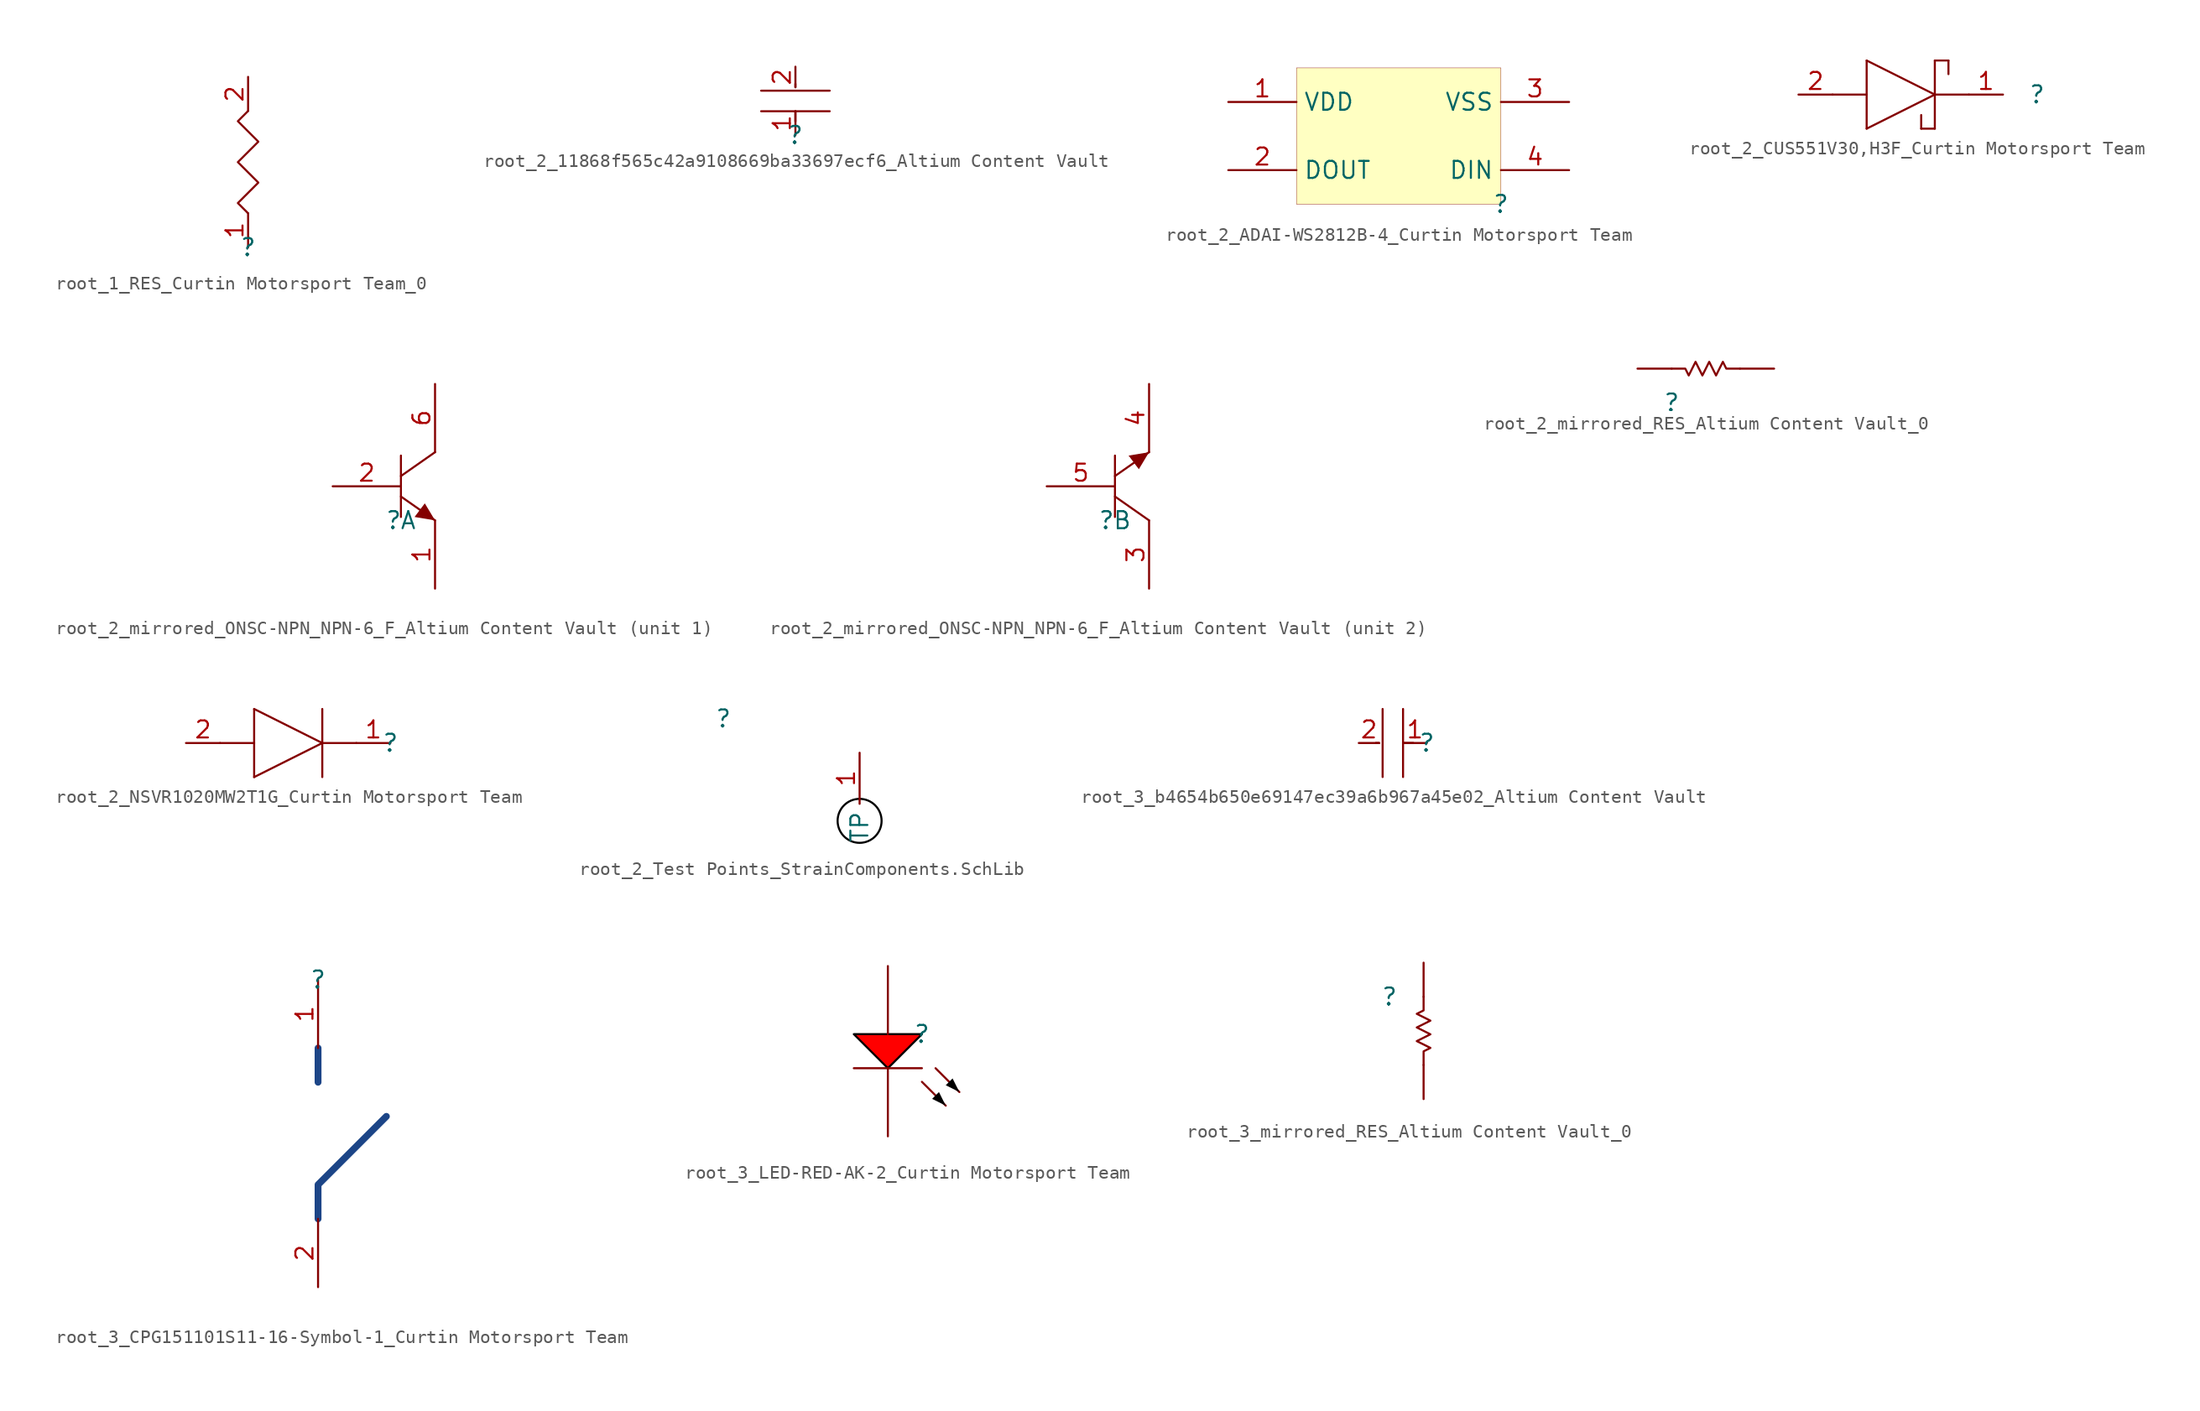
<source format=kicad_sym>
(kicad_symbol_lib
  (version 20241209)
  (generator "kicad_symbol_editor")
  (generator_version "9.0")
  (symbol "root_1_RES_Curtin Motorsport Team_0"
    (pin_names
      (hide yes))
    (property "Reference" ""
      (at 0 0 0)
      (effects (font (size 1.27 1.27))))
    (property "Value" ""
      (at 0 0 0)
      (effects (font (size 1.27 1.27))))
    (symbol "root_1_RES_Curtin Motorsport Team_0_1_0"
      (polyline (pts (xy 0 10.16) (xy -0.762 9.398) (xy 0 8.636) (xy 0.762 7.874) (xy -0.762 6.35) (xy 0.762 4.826) (xy -0.762 3.302) (xy 0 2.54)) (stroke (width 0) (type solid)) (fill (type none)))
      (pin passive line (at 0 12.7 270) (length 2.54) (name "2" (effects (font (size 1.27 1.27)))) (number "2" (effects (font (size 1.27 1.27)))))
      (pin passive line (at 0 0 90) (length 2.54) (name "1" (effects (font (size 1.27 1.27)))) (number "1" (effects (font (size 1.27 1.27)))))))
  (symbol "root_2_11868f565c42a9108669ba33697ecf6_Altium Content Vault"
    (pin_names
      (hide yes))
    (property "Reference" ""
      (at 0 0 0)
      (effects (font (size 1.27 1.27))))
    (property "Value" ""
      (at 0 0 0)
      (effects (font (size 1.27 1.27))))
    (symbol "root_2_11868f565c42a9108669ba33697ecf6_Altium Content Vault_1_0"
      (polyline (pts (xy -2.54 3.302) (xy 2.54 3.302)) (stroke (width 0) (type solid)) (fill (type none)))
      (polyline (pts (xy -2.54 1.778) (xy 2.54 1.778)) (stroke (width 0) (type solid)) (fill (type none)))
      (polyline (pts (xy 0 3.556) (xy 0 3.81)) (stroke (width 0) (type solid)) (fill (type none)))
      (polyline (pts (xy 0 1.778) (xy 0 1.016)) (stroke (width 0) (type solid)) (fill (type none)))
      (pin passive line (at 0 5.08 270) (length 1.524) (name "2" (effects (font (size 1.27 1.27)))) (number "2" (effects (font (size 1.27 1.27)))))
      (pin passive line (at 0 0 90) (length 1.778) (name "1" (effects (font (size 1.27 1.27)))) (number "1" (effects (font (size 1.27 1.27)))))))
  (symbol "root_2_ADAI-WS2812B-4_Curtin Motorsport Team"
    (property "Reference" ""
      (at 0 0 0)
      (effects (font (size 1.27 1.27))))
    (property "Value" ""
      (at 0 0 0)
      (effects (font (size 1.27 1.27))))
    (symbol "root_2_ADAI-WS2812B-4_Curtin Motorsport Team_1_0"
      (rectangle (start 0 10.16) (end -15.24 0) (stroke (width 0.025) (type solid) (color 128 0 0 1)) (fill (type background)))
      (pin power_in line (at -20.32 7.62 0) (length 5.08) (name "VDD" (effects (font (size 1.27 1.27)))) (number "1" (effects (font (size 1.27 1.27)))))
      (pin output line (at -20.32 2.54 0) (length 5.08) (name "DOUT" (effects (font (size 1.27 1.27)))) (number "2" (effects (font (size 1.27 1.27)))))
      (pin power_in line (at 5.08 7.62 180) (length 5.08) (name "VSS" (effects (font (size 1.27 1.27)))) (number "3" (effects (font (size 1.27 1.27)))))
      (pin input line (at 5.08 2.54 180) (length 5.08) (name "DIN" (effects (font (size 1.27 1.27)))) (number "4" (effects (font (size 1.27 1.27)))))))
  (symbol "root_2_CUS551V30,H3F_Curtin Motorsport Team"
    (pin_names
      (hide yes))
    (property "Reference" ""
      (at 0 0 0)
      (effects (font (size 1.27 1.27))))
    (property "Value" ""
      (at 0 0 0)
      (effects (font (size 1.27 1.27))))
    (symbol "root_2_CUS551V30,H3F_Curtin Motorsport Team_1_0"
      (polyline (pts (xy -12.7 2.54) (xy -7.62 0)) (stroke (width 0) (type solid)) (fill (type none)))
      (polyline (pts (xy -12.7 0) (xy -15.24 0)) (stroke (width 0) (type solid)) (fill (type none)))
      (polyline (pts (xy -12.7 -2.54) (xy -12.7 2.54)) (stroke (width 0) (type solid)) (fill (type none)))
      (polyline (pts (xy -8.636 -1.524) (xy -8.636 -2.54)) (stroke (width 0) (type solid)) (fill (type none)))
      (polyline (pts (xy -7.62 2.54) (xy -6.604 2.54)) (stroke (width 0) (type solid)) (fill (type none)))
      (polyline (pts (xy -7.62 0) (xy -12.7 -2.54)) (stroke (width 0) (type solid)) (fill (type none)))
      (polyline (pts (xy -7.62 -2.54) (xy -8.636 -2.54)) (stroke (width 0) (type solid)) (fill (type none)))
      (polyline (pts (xy -7.62 -2.54) (xy -7.62 2.54)) (stroke (width 0) (type solid)) (fill (type none)))
      (polyline (pts (xy -6.604 1.524) (xy -6.604 2.54)) (stroke (width 0) (type solid)) (fill (type none)))
      (polyline (pts (xy -5.08 0) (xy -7.62 0)) (stroke (width 0) (type solid)) (fill (type none)))
      (pin passive line (at -17.78 0 0) (length 2.54) (name "A" (effects (font (size 1.27 1.27)))) (number "2" (effects (font (size 1.27 1.27)))))
      (pin passive line (at -2.54 0 180) (length 2.54) (name "K" (effects (font (size 1.27 1.27)))) (number "1" (effects (font (size 1.27 1.27)))))))
  (symbol "root_2_mirrored_ONSC-NPN_NPN-6_F_Altium Content Vault"
    (pin_names
      (hide yes))
    (property "Reference" ""
      (at 0 0 0)
      (effects (font (size 1.27 1.27))))
    (property "Value" ""
      (at 0 0 0)
      (effects (font (size 1.27 1.27))))
    (symbol "root_2_mirrored_ONSC-NPN_NPN-6_F_Altium Content Vault_1_0"
      (polyline (pts (xy 0 4.826) (xy 0 0.254)) (stroke (width 0) (type solid)) (fill (type none)))
      (polyline (pts (xy 0 1.778) (xy 2.54 0)) (stroke (width 0) (type solid)) (fill (type none)))
      (polyline (pts (xy 2.54 5.08) (xy 0 3.302)) (stroke (width 0) (type solid)) (fill (type none)))
      (polyline (pts (xy 2.54 0) (xy 1.778 1.27) (xy 1.016 0.254) (xy 2.54 0)) (stroke (width -0.0001) (type solid)) (fill (type outline)))
      (pin passive line (at -5.08 2.54 0) (length 5.08) (name "B" (effects (font (size 1.27 1.27)))) (number "2" (effects (font (size 1.27 1.27)))))
      (pin passive line (at 2.54 10.16 270) (length 5.08) (name "C" (effects (font (size 1.27 1.27)))) (number "6" (effects (font (size 1.27 1.27)))))
      (pin passive line (at 2.54 -5.08 90) (length 5.08) (name "E" (effects (font (size 1.27 1.27)))) (number "1" (effects (font (size 1.27 1.27))))))
    (symbol "root_2_mirrored_ONSC-NPN_NPN-6_F_Altium Content Vault_2_0"
      (polyline (pts (xy 0 3.302) (xy 2.54 5.08)) (stroke (width 0) (type solid)) (fill (type none)))
      (polyline (pts (xy 0 0.254) (xy 0 4.826)) (stroke (width 0) (type solid)) (fill (type none)))
      (polyline (pts (xy 2.54 5.08) (xy 1.778 3.81) (xy 1.016 4.826) (xy 2.54 5.08)) (stroke (width -0.0001) (type solid)) (fill (type outline)))
      (polyline (pts (xy 2.54 0) (xy 0 1.778)) (stroke (width 0) (type solid)) (fill (type none)))
      (pin passive line (at -5.08 2.54 0) (length 5.08) (name "B" (effects (font (size 1.27 1.27)))) (number "5" (effects (font (size 1.27 1.27)))))
      (pin passive line (at 2.54 10.16 270) (length 5.08) (name "E" (effects (font (size 1.27 1.27)))) (number "4" (effects (font (size 1.27 1.27)))))
      (pin passive line (at 2.54 -5.08 90) (length 5.08) (name "C" (effects (font (size 1.27 1.27)))) (number "3" (effects (font (size 1.27 1.27)))))))
  (symbol "root_2_mirrored_RES_Altium Content Vault_0"
    (pin_numbers
      (hide yes))
    (pin_names
      (hide yes))
    (property "Reference" ""
      (at 0 0 0)
      (effects (font (size 1.27 1.27))))
    (property "Value" ""
      (at 0 0 0)
      (effects (font (size 1.27 1.27))))
    (symbol "root_2_mirrored_RES_Altium Content Vault_0_1_0"
      (polyline (pts (xy 5.08 2.54) (xy 4.064 2.54) (xy 3.81 3.048) (xy 3.302 2.032) (xy 2.794 3.048) (xy 2.286 2.032) (xy 1.778 3.048) (xy 1.27 2.032) (xy 1.016 2.54) (xy 0 2.54)) (stroke (width 0) (type solid)) (fill (type none)))
      (pin passive line (at -2.54 2.54 0) (length 2.54) (name "1" (effects (font (size 1.27 1.27)))) (number "1" (effects (font (size 1.27 1.27)))))
      (pin passive line (at 7.62 2.54 180) (length 2.54) (name "2" (effects (font (size 1.27 1.27)))) (number "2" (effects (font (size 1.27 1.27)))))))
  (symbol "root_2_NSVR1020MW2T1G_Curtin Motorsport Team"
    (pin_names
      (hide yes))
    (property "Reference" ""
      (at 0 0 0)
      (effects (font (size 1.27 1.27))))
    (property "Value" ""
      (at 0 0 0)
      (effects (font (size 1.27 1.27))))
    (symbol "root_2_NSVR1020MW2T1G_Curtin Motorsport Team_1_0"
      (polyline (pts (xy -10.16 2.54) (xy -5.08 0)) (stroke (width 0) (type solid)) (fill (type none)))
      (polyline (pts (xy -10.16 0) (xy -12.7 0)) (stroke (width 0) (type solid)) (fill (type none)))
      (polyline (pts (xy -10.16 -2.54) (xy -10.16 2.54)) (stroke (width 0) (type solid)) (fill (type none)))
      (polyline (pts (xy -5.08 0) (xy -10.16 -2.54)) (stroke (width 0) (type solid)) (fill (type none)))
      (polyline (pts (xy -5.08 -2.54) (xy -5.08 2.54)) (stroke (width 0) (type solid)) (fill (type none)))
      (polyline (pts (xy -2.54 0) (xy -5.08 0)) (stroke (width 0) (type solid)) (fill (type none)))
      (pin passive line (at -15.24 0 0) (length 2.54) (name "A" (effects (font (size 1.27 1.27)))) (number "2" (effects (font (size 1.27 1.27)))))
      (pin passive line (at 0 0 180) (length 2.54) (name "K" (effects (font (size 1.27 1.27)))) (number "1" (effects (font (size 1.27 1.27)))))))
  (symbol "root_2_Test Points_StrainComponents.SchLib"
    (property "Reference" ""
      (at 0 0 0)
      (effects (font (size 1.27 1.27))))
    (property "Value" ""
      (at 0 0 0)
      (effects (font (size 1.27 1.27))))
    (symbol "root_2_Test Points_StrainComponents.SchLib_1_0"
      (circle (center 10.16 -7.62) (radius 1.64) (stroke (width 0) (type solid) (color 0 0 0 1)) (fill (type none)))
      (pin passive line (at 10.16 -2.54 270) (length 3.81) (name "TP" (effects (font (size 1.27 1.27)))) (number "1" (effects (font (size 1.27 1.27)))))))
  (symbol "root_3_b4654b650e69147ec39a6b967a45e02_Altium Content Vault"
    (pin_names
      (hide yes))
    (property "Reference" ""
      (at 0 0 0)
      (effects (font (size 1.27 1.27))))
    (property "Value" ""
      (at 0 0 0)
      (effects (font (size 1.27 1.27))))
    (symbol "root_3_b4654b650e69147ec39a6b967a45e02_Altium Content Vault_1_0"
      (polyline (pts (xy -3.556 0) (xy -3.81 0)) (stroke (width 0) (type solid)) (fill (type none)))
      (polyline (pts (xy -3.302 -2.54) (xy -3.302 2.54)) (stroke (width 0) (type solid)) (fill (type none)))
      (polyline (pts (xy -1.778 0) (xy -1.016 0)) (stroke (width 0) (type solid)) (fill (type none)))
      (polyline (pts (xy -1.778 -2.54) (xy -1.778 2.54)) (stroke (width 0) (type solid)) (fill (type none)))
      (pin passive line (at -5.08 0 0) (length 1.524) (name "2" (effects (font (size 1.27 1.27)))) (number "2" (effects (font (size 1.27 1.27)))))
      (pin passive line (at 0 0 180) (length 1.778) (name "1" (effects (font (size 1.27 1.27)))) (number "1" (effects (font (size 1.27 1.27)))))))
  (symbol "root_3_CPG151101S11-16-Symbol-1_Curtin Motorsport Team"
    (pin_names
      (hide yes))
    (property "Reference" ""
      (at 0 0 0)
      (effects (font (size 1.27 1.27))))
    (property "Value" ""
      (at 0 0 0)
      (effects (font (size 1.27 1.27))))
    (symbol "root_3_CPG151101S11-16-Symbol-1_Curtin Motorsport Team_1_0"
      (polyline (pts (xy 0 -5.08) (xy 0 -7.62)) (stroke (width 0.508) (type solid) (color 28 69 135 1)) (fill (type none)))
      (polyline (pts (xy 0 -17.78) (xy 0 -15.24) (xy 5.08 -10.16)) (stroke (width 0.508) (type solid) (color 28 69 135 1)) (fill (type none)))
      (pin passive line (at 0 0 270) (length 5.08) (name "1" (effects (font (size 1.27 1.27)))) (number "1" (effects (font (size 1.27 1.27)))))
      (pin passive line (at 0 -22.86 90) (length 5.08) (name "2" (effects (font (size 1.27 1.27)))) (number "2" (effects (font (size 1.27 1.27)))))))
  (symbol "root_3_LED-RED-AK-2_Curtin Motorsport Team"
    (pin_numbers
      (hide yes))
    (pin_names
      (hide yes))
    (property "Reference" ""
      (at 0 0 0)
      (effects (font (size 1.27 1.27))))
    (property "Value" ""
      (at 0 0 0)
      (effects (font (size 1.27 1.27))))
    (symbol "root_3_LED-RED-AK-2_Curtin Motorsport Team_1_0"
      (polyline (pts (xy -5.08 0) (xy -2.54 -2.54) (xy 0 0) (xy -5.08 0)) (stroke (width 0) (type solid) (color 0 0 0 1)) (fill (type color) (color 255 0 0 1)))
      (polyline (pts (xy 0 -2.54) (xy -5.08 -2.54)) (stroke (width 0) (type solid)) (fill (type none)))
      (polyline (pts (xy 0 -3.556) (xy 1.778 -5.334)) (stroke (width 0) (type solid)) (fill (type none)))
      (polyline (pts (xy 1.016 -2.54) (xy 2.794 -4.318)) (stroke (width 0) (type solid)) (fill (type none)))
      (polyline (pts (xy 1.778 -5.334) (xy 1.27 -4.318) (xy 0.762 -4.826) (xy 1.778 -5.334)) (stroke (width -0.0001) (type solid) (color 0 0 0 1)) (fill (type outline)))
      (polyline (pts (xy 2.794 -4.318) (xy 2.286 -3.302) (xy 1.778 -3.81) (xy 2.794 -4.318)) (stroke (width -0.0001) (type solid) (color 0 0 0 1)) (fill (type outline)))
      (pin passive line (at -2.54 5.08 270) (length 5.08) (name "A" (effects (font (size 1.27 1.27)))) (number "1" (effects (font (size 1.27 1.27)))))
      (pin passive line (at -2.54 -7.62 90) (length 5.08) (name "K" (effects (font (size 1.27 1.27)))) (number "2" (effects (font (size 1.27 1.27)))))))
  (symbol "root_3_mirrored_RES_Altium Content Vault_0"
    (pin_numbers
      (hide yes))
    (pin_names
      (hide yes))
    (property "Reference" ""
      (at 0 0 0)
      (effects (font (size 1.27 1.27))))
    (property "Value" ""
      (at 0 0 0)
      (effects (font (size 1.27 1.27))))
    (symbol "root_3_mirrored_RES_Altium Content Vault_0_1_0"
      (polyline (pts (xy 2.54 -5.08) (xy 2.54 -4.064) (xy 3.048 -3.81) (xy 2.032 -3.302) (xy 3.048 -2.794) (xy 2.032 -2.286) (xy 3.048 -1.778) (xy 2.032 -1.27) (xy 2.54 -1.016) (xy 2.54 0)) (stroke (width 0) (type solid)) (fill (type none)))
      (pin passive line (at 2.54 2.54 270) (length 2.54) (name "1" (effects (font (size 1.27 1.27)))) (number "1" (effects (font (size 1.27 1.27)))))
      (pin passive line (at 2.54 -7.62 90) (length 2.54) (name "2" (effects (font (size 1.27 1.27)))) (number "2" (effects (font (size 1.27 1.27))))))))
</source>
